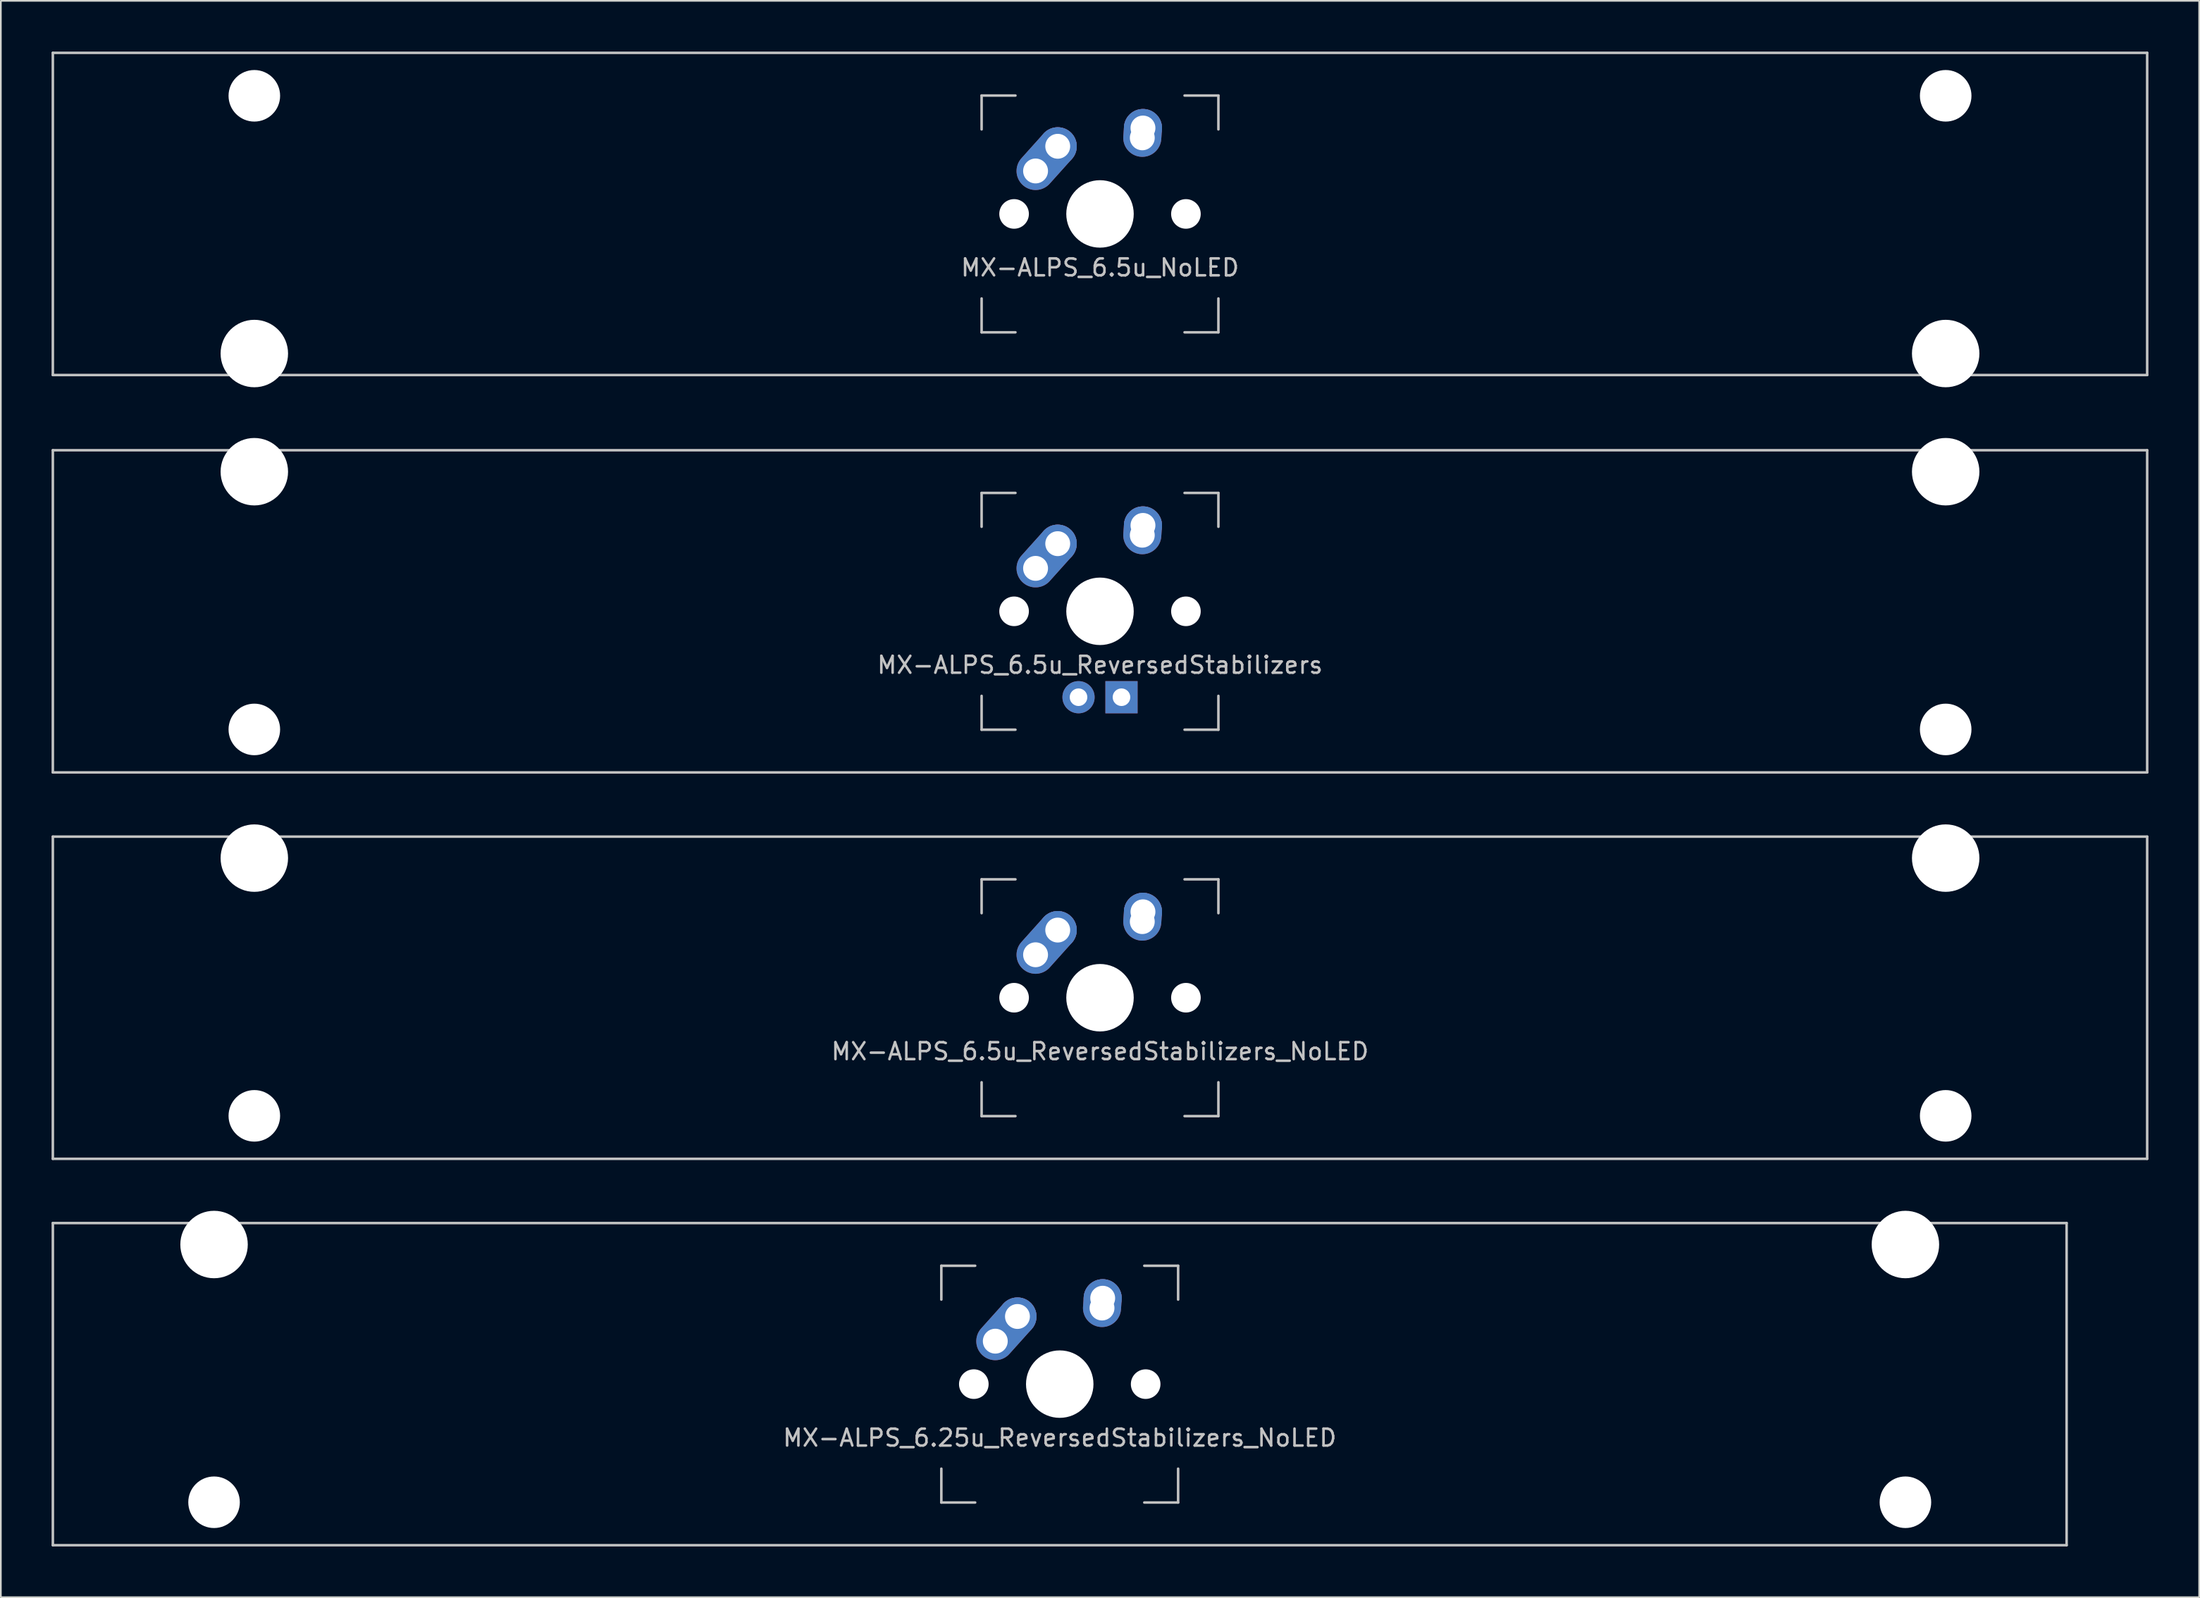
<source format=kicad_pcb>
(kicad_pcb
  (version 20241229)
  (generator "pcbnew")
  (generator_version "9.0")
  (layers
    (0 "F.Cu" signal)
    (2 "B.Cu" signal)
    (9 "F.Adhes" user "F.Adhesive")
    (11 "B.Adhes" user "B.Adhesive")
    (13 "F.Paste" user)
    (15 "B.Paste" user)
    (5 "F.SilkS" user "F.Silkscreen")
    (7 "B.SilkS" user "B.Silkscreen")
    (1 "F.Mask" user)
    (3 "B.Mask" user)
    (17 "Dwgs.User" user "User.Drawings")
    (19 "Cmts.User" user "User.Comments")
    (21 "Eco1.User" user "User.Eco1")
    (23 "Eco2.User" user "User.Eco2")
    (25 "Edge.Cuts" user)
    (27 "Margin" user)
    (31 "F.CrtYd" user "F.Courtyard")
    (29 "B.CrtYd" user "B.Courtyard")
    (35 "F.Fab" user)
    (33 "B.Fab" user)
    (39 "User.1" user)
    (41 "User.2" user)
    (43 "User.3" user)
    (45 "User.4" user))
  (footprint "MX-ALPS_6.5u_ReversedStabilizers_NoLED"
    (layer "F.Cu")
    (at 61.987 55.947)
    (property "Reference" "MX-ALPS_6.5u_ReversedStabilizers_NoLED" (at 0 3.175 0) (layer "Dwgs.User") (effects (font (size 1 1) (thickness 0.15))))
    (attr through_hole)
    (fp_line (start -61.913 -9.525) (end 61.913 -9.525) (stroke (width 0.15) (type solid)) (layer "Dwgs.User"))
    (fp_line (start -61.913 9.525) (end -61.913 -9.525) (stroke (width 0.15) (type solid)) (layer "Dwgs.User"))
    (fp_line (start -61.913 9.525) (end 61.913 9.525) (stroke (width 0.15) (type solid)) (layer "Dwgs.User"))
    (fp_line (start -7 -7) (end -7 -5) (stroke (width 0.15) (type solid)) (layer "Dwgs.User"))
    (fp_line (start -7 5) (end -7 7) (stroke (width 0.15) (type solid)) (layer "Dwgs.User"))
    (fp_line (start -7 7) (end -5 7) (stroke (width 0.15) (type solid)) (layer "Dwgs.User"))
    (fp_line (start -5 -7) (end -7 -7) (stroke (width 0.15) (type solid)) (layer "Dwgs.User"))
    (fp_line (start 5 -7) (end 7 -7) (stroke (width 0.15) (type solid)) (layer "Dwgs.User"))
    (fp_line (start 5 7) (end 7 7) (stroke (width 0.15) (type solid)) (layer "Dwgs.User"))
    (fp_line (start 7 -7) (end 7 -5) (stroke (width 0.15) (type solid)) (layer "Dwgs.User"))
    (fp_line (start 7 7) (end 7 5) (stroke (width 0.15) (type solid)) (layer "Dwgs.User"))
    (fp_line (start 61.913 -9.525) (end 61.913 9.525) (stroke (width 0.15) (type solid)) (layer "Dwgs.User"))
    (pad "" np_thru_hole circle (at -50 -8.255) (size 3.988 3.988) (drill 3.988) (layers "*.Cu" "*.Mask"))
    (pad "" np_thru_hole circle (at -50 6.985) (size 3.048 3.048) (drill 3.048) (layers "*.Cu" "*.Mask"))
    (pad "" np_thru_hole circle (at -5.08 0 48.1) (size 1.75 1.75) (drill 1.75) (layers "*.Cu" "*.Mask"))
    (pad "" np_thru_hole circle (at 0 0) (size 3.988 3.988) (drill 3.988) (layers "*.Cu" "*.Mask"))
    (pad "" np_thru_hole circle (at 5.08 0 48.1) (size 1.75 1.75) (drill 1.75) (layers "*.Cu" "*.Mask"))
    (pad "" np_thru_hole circle (at 50 -8.255) (size 3.988 3.988) (drill 3.988) (layers "*.Cu" "*.Mask"))
    (pad "" np_thru_hole circle (at 50 6.985) (size 3.048 3.048) (drill 3.048) (layers "*.Cu" "*.Mask"))
    (pad "1" thru_hole oval (at -3.81 -2.54 48.1) (size 4.212 2.25) (drill 1.47 (offset 0.981 0)) (layers "*.Cu" "B.Mask"))
    (pad "1" thru_hole circle (at -2.5 -4) (size 2.25 2.25) (drill 1.47) (layers "*.Cu" "B.Mask"))
    (pad "2" thru_hole oval (at 2.5 -4.5 86.055) (size 2.831 2.25) (drill 1.47 (offset 0.291 0)) (layers "*.Cu" "B.Mask"))
    (pad "2" thru_hole circle (at 2.54 -5.08) (size 2.25 2.25) (drill 1.47) (layers "*.Cu" "B.Mask")))
  (footprint "MX-ALPS_6.5u_ReversedStabilizers"
    (layer "F.Cu")
    (at 61.987 33.098)
    (property "Reference" "MX-ALPS_6.5u_ReversedStabilizers" (at 0 3.175 0) (layer "Dwgs.User") (effects (font (size 1 1) (thickness 0.15))))
    (attr through_hole)
    (fp_line (start -61.913 -9.525) (end 61.913 -9.525) (stroke (width 0.15) (type solid)) (layer "Dwgs.User"))
    (fp_line (start -61.913 9.525) (end -61.913 -9.525) (stroke (width 0.15) (type solid)) (layer "Dwgs.User"))
    (fp_line (start -61.913 9.525) (end 61.913 9.525) (stroke (width 0.15) (type solid)) (layer "Dwgs.User"))
    (fp_line (start -7 -7) (end -7 -5) (stroke (width 0.15) (type solid)) (layer "Dwgs.User"))
    (fp_line (start -7 5) (end -7 7) (stroke (width 0.15) (type solid)) (layer "Dwgs.User"))
    (fp_line (start -7 7) (end -5 7) (stroke (width 0.15) (type solid)) (layer "Dwgs.User"))
    (fp_line (start -5 -7) (end -7 -7) (stroke (width 0.15) (type solid)) (layer "Dwgs.User"))
    (fp_line (start 5 -7) (end 7 -7) (stroke (width 0.15) (type solid)) (layer "Dwgs.User"))
    (fp_line (start 5 7) (end 7 7) (stroke (width 0.15) (type solid)) (layer "Dwgs.User"))
    (fp_line (start 7 -7) (end 7 -5) (stroke (width 0.15) (type solid)) (layer "Dwgs.User"))
    (fp_line (start 7 7) (end 7 5) (stroke (width 0.15) (type solid)) (layer "Dwgs.User"))
    (fp_line (start 61.913 -9.525) (end 61.913 9.525) (stroke (width 0.15) (type solid)) (layer "Dwgs.User"))
    (pad "" np_thru_hole circle (at -50 -8.255) (size 3.988 3.988) (drill 3.988) (layers "*.Cu" "*.Mask"))
    (pad "" np_thru_hole circle (at -50 6.985) (size 3.048 3.048) (drill 3.048) (layers "*.Cu" "*.Mask"))
    (pad "" np_thru_hole circle (at -5.08 0 48.1) (size 1.75 1.75) (drill 1.75) (layers "*.Cu" "*.Mask"))
    (pad "" np_thru_hole circle (at 0 0) (size 3.988 3.988) (drill 3.988) (layers "*.Cu" "*.Mask"))
    (pad "" np_thru_hole circle (at 5.08 0 48.1) (size 1.75 1.75) (drill 1.75) (layers "*.Cu" "*.Mask"))
    (pad "" np_thru_hole circle (at 50 -8.255) (size 3.988 3.988) (drill 3.988) (layers "*.Cu" "*.Mask"))
    (pad "" np_thru_hole circle (at 50 6.985) (size 3.048 3.048) (drill 3.048) (layers "*.Cu" "*.Mask"))
    (pad "1" thru_hole oval (at -3.81 -2.54 48.1) (size 4.212 2.25) (drill 1.47 (offset 0.981 0)) (layers "*.Cu" "B.Mask"))
    (pad "1" thru_hole circle (at -2.5 -4) (size 2.25 2.25) (drill 1.47) (layers "*.Cu" "B.Mask"))
    (pad "2" thru_hole oval (at 2.5 -4.5 86.055) (size 2.831 2.25) (drill 1.47 (offset 0.291 0)) (layers "*.Cu" "B.Mask"))
    (pad "2" thru_hole circle (at 2.54 -5.08) (size 2.25 2.25) (drill 1.47) (layers "*.Cu" "B.Mask"))
    (pad "3" thru_hole circle (at -1.27 5.08) (size 1.905 1.905) (drill 1.04) (layers "*.Cu" "B.Mask"))
    (pad "4" thru_hole rect (at 1.27 5.08) (size 1.905 1.905) (drill 1.04) (layers "*.Cu" "B.Mask")))
  (footprint "MX-ALPS_6.5u_NoLED"
    (layer "F.Cu")
    (at 61.987 9.6)
    (property "Reference" "MX-ALPS_6.5u_NoLED" (at 0 3.175 0) (layer "Dwgs.User") (effects (font (size 1 1) (thickness 0.15))))
    (attr through_hole)
    (fp_line (start -61.913 -9.525) (end 61.913 -9.525) (stroke (width 0.15) (type solid)) (layer "Dwgs.User"))
    (fp_line (start -61.913 9.525) (end -61.913 -9.525) (stroke (width 0.15) (type solid)) (layer "Dwgs.User"))
    (fp_line (start -61.913 9.525) (end 61.913 9.525) (stroke (width 0.15) (type solid)) (layer "Dwgs.User"))
    (fp_line (start -7 -7) (end -7 -5) (stroke (width 0.15) (type solid)) (layer "Dwgs.User"))
    (fp_line (start -7 5) (end -7 7) (stroke (width 0.15) (type solid)) (layer "Dwgs.User"))
    (fp_line (start -7 7) (end -5 7) (stroke (width 0.15) (type solid)) (layer "Dwgs.User"))
    (fp_line (start -5 -7) (end -7 -7) (stroke (width 0.15) (type solid)) (layer "Dwgs.User"))
    (fp_line (start 5 -7) (end 7 -7) (stroke (width 0.15) (type solid)) (layer "Dwgs.User"))
    (fp_line (start 5 7) (end 7 7) (stroke (width 0.15) (type solid)) (layer "Dwgs.User"))
    (fp_line (start 7 -7) (end 7 -5) (stroke (width 0.15) (type solid)) (layer "Dwgs.User"))
    (fp_line (start 7 7) (end 7 5) (stroke (width 0.15) (type solid)) (layer "Dwgs.User"))
    (fp_line (start 61.913 -9.525) (end 61.913 9.525) (stroke (width 0.15) (type solid)) (layer "Dwgs.User"))
    (pad "" np_thru_hole circle (at -50 -6.985) (size 3.048 3.048) (drill 3.048) (layers "*.Cu" "*.Mask"))
    (pad "" np_thru_hole circle (at -50 8.255) (size 3.988 3.988) (drill 3.988) (layers "*.Cu" "*.Mask"))
    (pad "" np_thru_hole circle (at -5.08 0 48.1) (size 1.75 1.75) (drill 1.75) (layers "*.Cu" "*.Mask"))
    (pad "" np_thru_hole circle (at 0 0) (size 3.988 3.988) (drill 3.988) (layers "*.Cu" "*.Mask"))
    (pad "" np_thru_hole circle (at 5.08 0 48.1) (size 1.75 1.75) (drill 1.75) (layers "*.Cu" "*.Mask"))
    (pad "" np_thru_hole circle (at 50 -6.985) (size 3.048 3.048) (drill 3.048) (layers "*.Cu" "*.Mask"))
    (pad "" np_thru_hole circle (at 50 8.255) (size 3.988 3.988) (drill 3.988) (layers "*.Cu" "*.Mask"))
    (pad "1" thru_hole oval (at -3.81 -2.54 48.1) (size 4.212 2.25) (drill 1.47 (offset 0.981 0)) (layers "*.Cu" "B.Mask"))
    (pad "1" thru_hole circle (at -2.5 -4) (size 2.25 2.25) (drill 1.47) (layers "*.Cu" "B.Mask"))
    (pad "2" thru_hole oval (at 2.5 -4.5 86.055) (size 2.831 2.25) (drill 1.47 (offset 0.291 0)) (layers "*.Cu" "B.Mask"))
    (pad "2" thru_hole circle (at 2.54 -5.08) (size 2.25 2.25) (drill 1.47) (layers "*.Cu" "B.Mask")))
  (footprint "MX-ALPS_6.25u_ReversedStabilizers_NoLED"
    (layer "F.Cu")
    (at 59.606 78.796)
    (property "Reference" "MX-ALPS_6.25u_ReversedStabilizers_NoLED" (at 0 3.175 0) (layer "Dwgs.User") (effects (font (size 1 1) (thickness 0.15))))
    (attr through_hole)
    (fp_line (start -59.531 -9.525) (end 59.531 -9.525) (stroke (width 0.15) (type solid)) (layer "Dwgs.User"))
    (fp_line (start -59.531 9.525) (end -59.531 -9.525) (stroke (width 0.15) (type solid)) (layer "Dwgs.User"))
    (fp_line (start -59.531 9.525) (end 59.531 9.525) (stroke (width 0.15) (type solid)) (layer "Dwgs.User"))
    (fp_line (start -7 -7) (end -7 -5) (stroke (width 0.15) (type solid)) (layer "Dwgs.User"))
    (fp_line (start -7 5) (end -7 7) (stroke (width 0.15) (type solid)) (layer "Dwgs.User"))
    (fp_line (start -7 7) (end -5 7) (stroke (width 0.15) (type solid)) (layer "Dwgs.User"))
    (fp_line (start -5 -7) (end -7 -7) (stroke (width 0.15) (type solid)) (layer "Dwgs.User"))
    (fp_line (start 5 -7) (end 7 -7) (stroke (width 0.15) (type solid)) (layer "Dwgs.User"))
    (fp_line (start 5 7) (end 7 7) (stroke (width 0.15) (type solid)) (layer "Dwgs.User"))
    (fp_line (start 7 -7) (end 7 -5) (stroke (width 0.15) (type solid)) (layer "Dwgs.User"))
    (fp_line (start 7 7) (end 7 5) (stroke (width 0.15) (type solid)) (layer "Dwgs.User"))
    (fp_line (start 59.531 -9.525) (end 59.531 9.525) (stroke (width 0.15) (type solid)) (layer "Dwgs.User"))
    (pad "" np_thru_hole circle (at -50 -8.255) (size 3.988 3.988) (drill 3.988) (layers "*.Cu" "*.Mask"))
    (pad "" np_thru_hole circle (at -50 6.985) (size 3.048 3.048) (drill 3.048) (layers "*.Cu" "*.Mask"))
    (pad "" np_thru_hole circle (at -5.08 0 48.1) (size 1.75 1.75) (drill 1.75) (layers "*.Cu" "*.Mask"))
    (pad "" np_thru_hole circle (at 0 0) (size 3.988 3.988) (drill 3.988) (layers "*.Cu" "*.Mask"))
    (pad "" np_thru_hole circle (at 5.08 0 48.1) (size 1.75 1.75) (drill 1.75) (layers "*.Cu" "*.Mask"))
    (pad "" np_thru_hole circle (at 50 -8.255) (size 3.988 3.988) (drill 3.988) (layers "*.Cu" "*.Mask"))
    (pad "" np_thru_hole circle (at 50 6.985) (size 3.048 3.048) (drill 3.048) (layers "*.Cu" "*.Mask"))
    (pad "1" thru_hole oval (at -3.81 -2.54 48.1) (size 4.212 2.25) (drill 1.47 (offset 0.981 0)) (layers "*.Cu" "B.Mask"))
    (pad "1" thru_hole circle (at -2.5 -4) (size 2.25 2.25) (drill 1.47) (layers "*.Cu" "B.Mask"))
    (pad "2" thru_hole oval (at 2.5 -4.5 86.055) (size 2.831 2.25) (drill 1.47 (offset 0.291 0)) (layers "*.Cu" "B.Mask"))
    (pad "2" thru_hole circle (at 2.54 -5.08) (size 2.25 2.25) (drill 1.47) (layers "*.Cu" "B.Mask")))
  (gr_rect
    (start -3 -3)
    (end 126.975 91.396)
    (stroke (width 0.1) (type default))
    (fill no)
    (layer "Edge.Cuts")))
</source>
